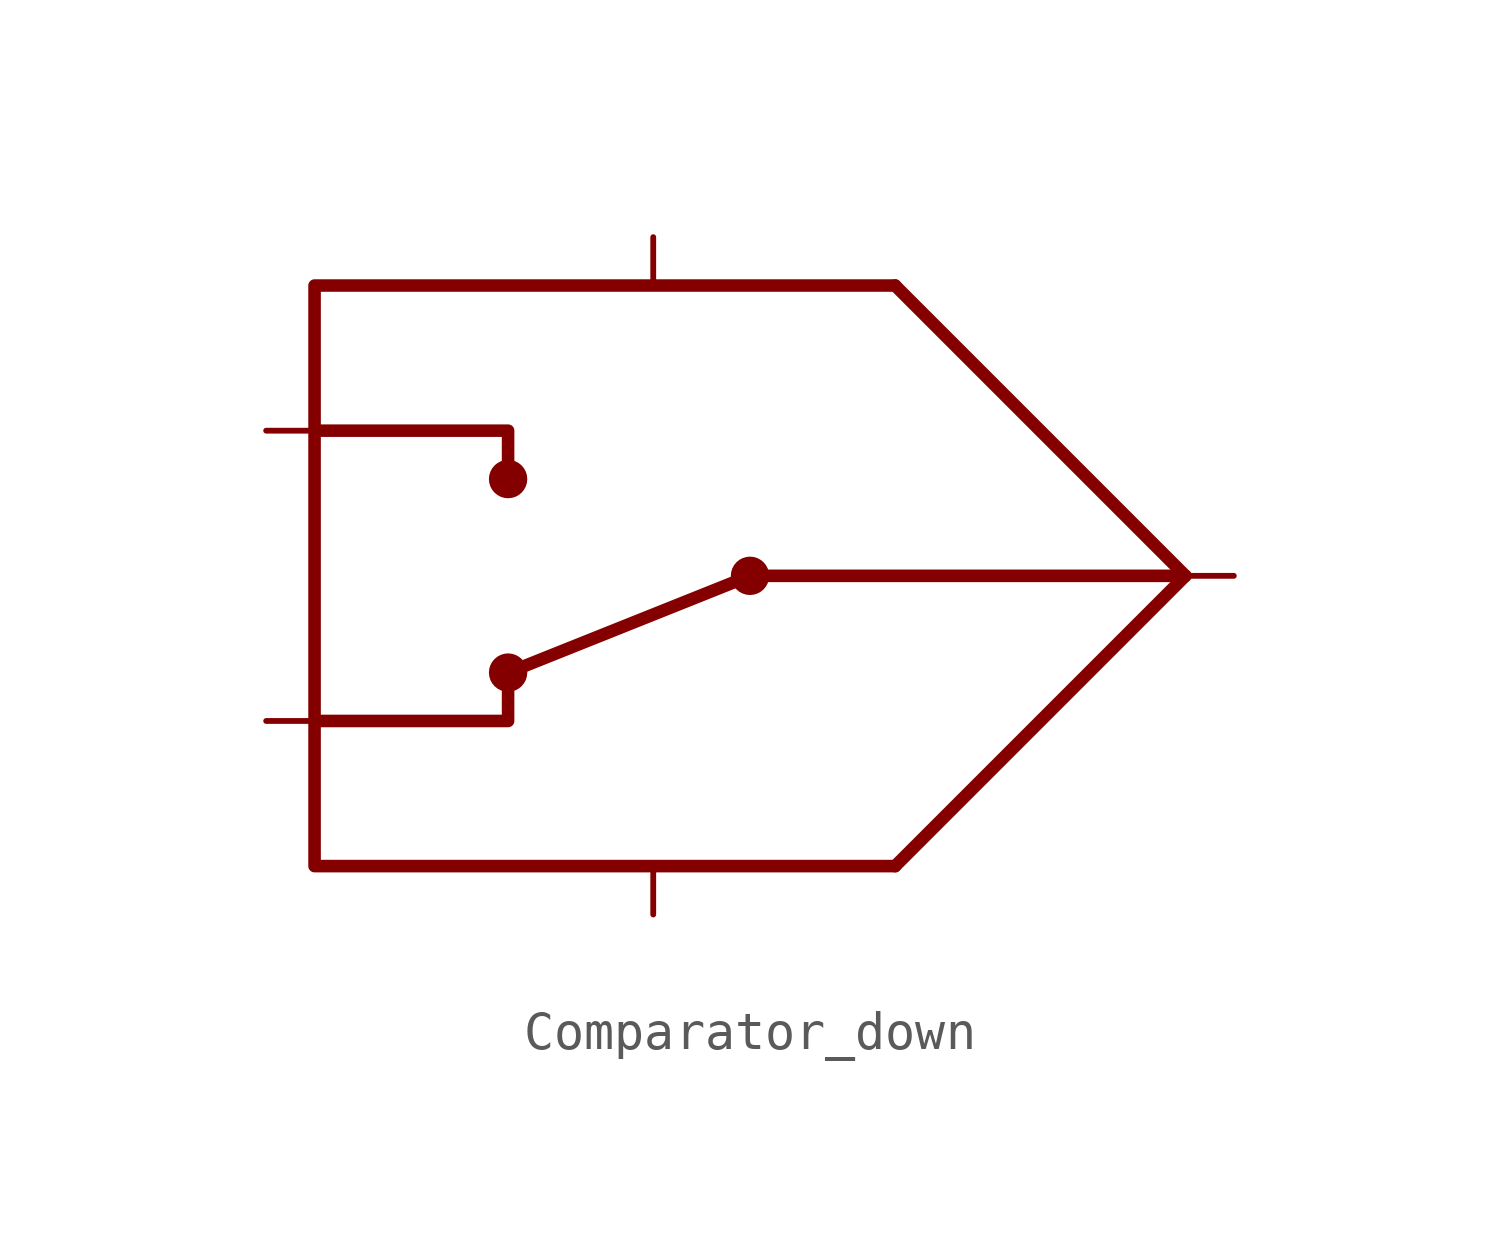
<source format=kicad_sym>
(kicad_symbol_lib
  (version 20211014)
  (generator kicad_symbol_editor)
  (symbol "Comparator_down"
    (property "Reference" "U"
      (at 2.54 16.51 0)
      (effects (font (size 1.27 1.27)) hide))
    (symbol "Comparator_down_0_0"
      (circle (center -10.16 -2.54) (radius 0.254) (stroke (width 0.5) (type default) (color 0 0 0 0)) (fill (type none)))
      (circle (center -10.16 2.54) (radius 0.254) (stroke (width 0.5) (type default) (color 0 0 0 0)) (fill (type none)))
      (circle (center -3.81 0) (radius 0.0001) (stroke (width 0) (type default) (color 0 0 0 0)) (fill (type none)))
      (circle (center -3.81 0) (radius 0.254) (stroke (width 0.5) (type default) (color 0 0 0 0)) (fill (type none)))
      (polyline (pts (xy -10.16 -2.54)) (stroke (width 0.75) (type default) (color 0 0 0 0)) (fill (type none)))
      (polyline (pts (xy -10.16 2.54)) (stroke (width 0) (type default) (color 0 0 0 0)) (fill (type none)))
      (polyline (pts (xy -10.16 -2.54) (xy -3.81 0)) (stroke (width 0.33) (type default) (color 0 0 0 0)) (fill (type none)))
      (polyline (pts (xy -3.81 0) (xy 7.62 0)) (stroke (width 0.33) (type default) (color 0 0 0 0)) (fill (type none)))
      (polyline (pts (xy -15.24 -3.81) (xy -10.16 -3.81) (xy -10.16 -2.54)) (stroke (width 0.33) (type default) (color 0 0 0 0)) (fill (type none)))
      (polyline (pts (xy -15.24 3.81) (xy -10.16 3.81) (xy -10.16 2.54)) (stroke (width 0.33) (type default) (color 0 0 0 0)) (fill (type none)))
      (polyline (pts (xy 0 7.62) (xy -15.24 7.62) (xy -15.24 -7.62) (xy 0 -7.62)) (stroke (width 0.33) (type default) (color 0 0 0 0)) (fill (type none))))
    (symbol "Comparator_down_0_1"
      (polyline (pts (xy 0 7.62) (xy 7.62 0) (xy 0 -7.62)) (stroke (width 0.33) (type default) (color 0 0 0 0)) (fill (type none))))
    (symbol "Comparator_down_1_1"
      (pin input line (at -16.51 -3.81 0) (length 1.27) (name "" (effects (font (size 1.27 1.27)))) (number "" (effects (font (size 1.27 1.27)))))
      (pin input line (at -16.51 3.81 0) (length 1.27) (name "" (effects (font (size 1.27 1.27)))) (number "" (effects (font (size 1.27 1.27)))))
      (pin input line (at -6.35 -8.89 90) (length 1.27) (name "" (effects (font (size 1.27 1.27)))) (number "" (effects (font (size 1.27 1.27)))))
      (pin input line (at -6.35 8.89 270) (length 1.27) (name "" (effects (font (size 1.27 1.27)))) (number "" (effects (font (size 1.27 1.27)))))
      (pin output line (at 8.89 0 180) (length 1.27) (name "" (effects (font (size 1.27 1.27)))) (number "" (effects (font (size 1.27 1.27))))))))
</source>
